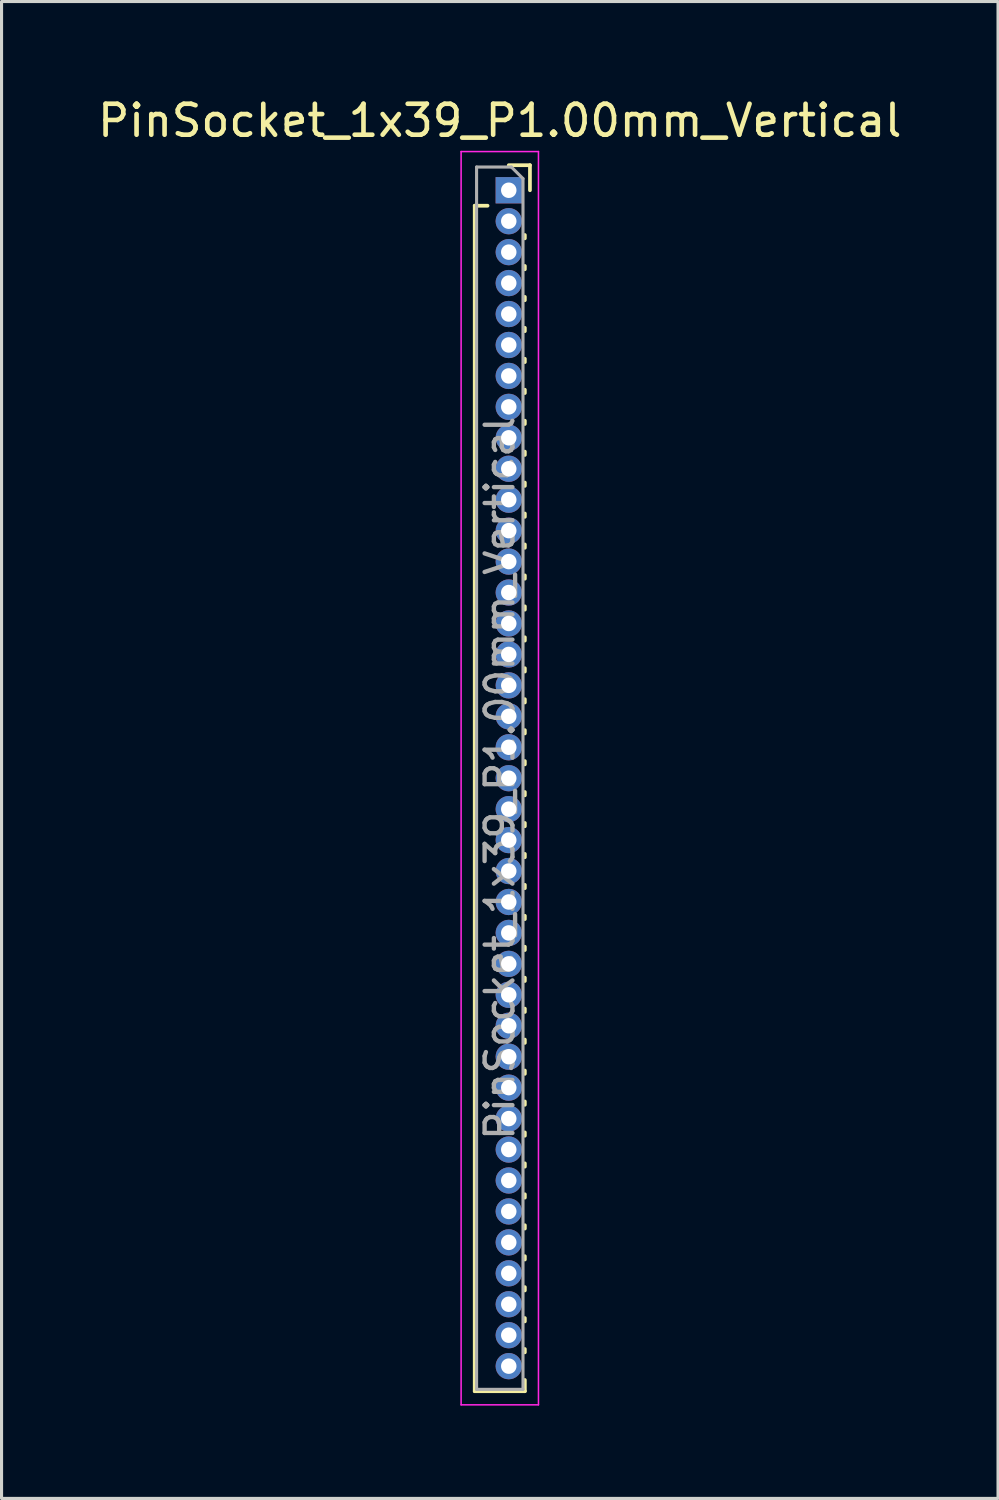
<source format=kicad_pcb>
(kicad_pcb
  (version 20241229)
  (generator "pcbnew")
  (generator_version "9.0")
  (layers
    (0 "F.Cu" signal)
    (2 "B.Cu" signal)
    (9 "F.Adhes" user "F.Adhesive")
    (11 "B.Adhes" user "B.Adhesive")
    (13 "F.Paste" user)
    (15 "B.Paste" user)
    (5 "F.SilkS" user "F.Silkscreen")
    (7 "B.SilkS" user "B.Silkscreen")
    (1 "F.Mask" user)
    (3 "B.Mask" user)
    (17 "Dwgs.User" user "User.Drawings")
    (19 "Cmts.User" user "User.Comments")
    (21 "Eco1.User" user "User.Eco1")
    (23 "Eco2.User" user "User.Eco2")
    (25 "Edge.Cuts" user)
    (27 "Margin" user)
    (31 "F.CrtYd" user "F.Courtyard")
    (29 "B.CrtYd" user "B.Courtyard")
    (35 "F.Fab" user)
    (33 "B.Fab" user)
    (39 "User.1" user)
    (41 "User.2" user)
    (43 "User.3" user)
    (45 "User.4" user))
  (footprint "PinSocket_1x39_P1.00mm_Vertical"
    (layer "F.Cu")
    (at 13.391 3.098)
    (property "Reference" "PinSocket_1x39_P1.00mm_Vertical" (at -0.29 -2.25 0) (layer "F.SilkS") (effects (font (size 1 1) (thickness 0.15))))
    (attr through_hole)
    (fp_line (start -1.1 0.5) (end -1.1 38.81) (stroke (width 0.12) (type solid)) (layer "F.SilkS"))
    (fp_line (start -1.1 0.5) (end -0.685 0.5) (stroke (width 0.12) (type solid)) (layer "F.SilkS"))
    (fp_line (start -1.1 38.81) (end 0.52 38.81) (stroke (width 0.12) (type solid)) (layer "F.SilkS"))
    (fp_line (start 0 -0.81) (end 0.685 -0.81) (stroke (width 0.12) (type solid)) (layer "F.SilkS"))
    (fp_line (start 0.52 1.446) (end 0.52 1.554) (stroke (width 0.12) (type solid)) (layer "F.SilkS"))
    (fp_line (start 0.52 2.446) (end 0.52 2.554) (stroke (width 0.12) (type solid)) (layer "F.SilkS"))
    (fp_line (start 0.52 3.446) (end 0.52 3.554) (stroke (width 0.12) (type solid)) (layer "F.SilkS"))
    (fp_line (start 0.52 4.446) (end 0.52 4.554) (stroke (width 0.12) (type solid)) (layer "F.SilkS"))
    (fp_line (start 0.52 5.446) (end 0.52 5.554) (stroke (width 0.12) (type solid)) (layer "F.SilkS"))
    (fp_line (start 0.52 6.446) (end 0.52 6.554) (stroke (width 0.12) (type solid)) (layer "F.SilkS"))
    (fp_line (start 0.52 7.446) (end 0.52 7.554) (stroke (width 0.12) (type solid)) (layer "F.SilkS"))
    (fp_line (start 0.52 8.446) (end 0.52 8.554) (stroke (width 0.12) (type solid)) (layer "F.SilkS"))
    (fp_line (start 0.52 9.446) (end 0.52 9.554) (stroke (width 0.12) (type solid)) (layer "F.SilkS"))
    (fp_line (start 0.52 10.446) (end 0.52 10.554) (stroke (width 0.12) (type solid)) (layer "F.SilkS"))
    (fp_line (start 0.52 11.446) (end 0.52 11.554) (stroke (width 0.12) (type solid)) (layer "F.SilkS"))
    (fp_line (start 0.52 12.446) (end 0.52 12.554) (stroke (width 0.12) (type solid)) (layer "F.SilkS"))
    (fp_line (start 0.52 13.446) (end 0.52 13.554) (stroke (width 0.12) (type solid)) (layer "F.SilkS"))
    (fp_line (start 0.52 14.446) (end 0.52 14.554) (stroke (width 0.12) (type solid)) (layer "F.SilkS"))
    (fp_line (start 0.52 15.446) (end 0.52 15.554) (stroke (width 0.12) (type solid)) (layer "F.SilkS"))
    (fp_line (start 0.52 16.446) (end 0.52 16.554) (stroke (width 0.12) (type solid)) (layer "F.SilkS"))
    (fp_line (start 0.52 17.446) (end 0.52 17.554) (stroke (width 0.12) (type solid)) (layer "F.SilkS"))
    (fp_line (start 0.52 18.446) (end 0.52 18.554) (stroke (width 0.12) (type solid)) (layer "F.SilkS"))
    (fp_line (start 0.52 19.446) (end 0.52 19.554) (stroke (width 0.12) (type solid)) (layer "F.SilkS"))
    (fp_line (start 0.52 20.446) (end 0.52 20.554) (stroke (width 0.12) (type solid)) (layer "F.SilkS"))
    (fp_line (start 0.52 21.446) (end 0.52 21.554) (stroke (width 0.12) (type solid)) (layer "F.SilkS"))
    (fp_line (start 0.52 22.446) (end 0.52 22.554) (stroke (width 0.12) (type solid)) (layer "F.SilkS"))
    (fp_line (start 0.52 23.446) (end 0.52 23.554) (stroke (width 0.12) (type solid)) (layer "F.SilkS"))
    (fp_line (start 0.52 24.446) (end 0.52 24.554) (stroke (width 0.12) (type solid)) (layer "F.SilkS"))
    (fp_line (start 0.52 25.446) (end 0.52 25.554) (stroke (width 0.12) (type solid)) (layer "F.SilkS"))
    (fp_line (start 0.52 26.446) (end 0.52 26.554) (stroke (width 0.12) (type solid)) (layer "F.SilkS"))
    (fp_line (start 0.52 27.446) (end 0.52 27.554) (stroke (width 0.12) (type solid)) (layer "F.SilkS"))
    (fp_line (start 0.52 28.446) (end 0.52 28.554) (stroke (width 0.12) (type solid)) (layer "F.SilkS"))
    (fp_line (start 0.52 29.446) (end 0.52 29.554) (stroke (width 0.12) (type solid)) (layer "F.SilkS"))
    (fp_line (start 0.52 30.446) (end 0.52 30.554) (stroke (width 0.12) (type solid)) (layer "F.SilkS"))
    (fp_line (start 0.52 31.446) (end 0.52 31.554) (stroke (width 0.12) (type solid)) (layer "F.SilkS"))
    (fp_line (start 0.52 32.446) (end 0.52 32.554) (stroke (width 0.12) (type solid)) (layer "F.SilkS"))
    (fp_line (start 0.52 33.446) (end 0.52 33.554) (stroke (width 0.12) (type solid)) (layer "F.SilkS"))
    (fp_line (start 0.52 34.446) (end 0.52 34.554) (stroke (width 0.12) (type solid)) (layer "F.SilkS"))
    (fp_line (start 0.52 35.446) (end 0.52 35.554) (stroke (width 0.12) (type solid)) (layer "F.SilkS"))
    (fp_line (start 0.52 36.446) (end 0.52 36.554) (stroke (width 0.12) (type solid)) (layer "F.SilkS"))
    (fp_line (start 0.52 37.446) (end 0.52 37.554) (stroke (width 0.12) (type solid)) (layer "F.SilkS"))
    (fp_line (start 0.52 38.446) (end 0.52 38.81) (stroke (width 0.12) (type solid)) (layer "F.SilkS"))
    (fp_line (start 0.685 -0.81) (end 0.685 0) (stroke (width 0.12) (type solid)) (layer "F.SilkS"))
    (fp_line (start -1.54 -1.25) (end 0.96 -1.25) (stroke (width 0.05) (type solid)) (layer "F.CrtYd"))
    (fp_line (start -1.54 39.25) (end -1.54 -1.25) (stroke (width 0.05) (type solid)) (layer "F.CrtYd"))
    (fp_line (start 0.96 -1.25) (end 0.96 39.25) (stroke (width 0.05) (type solid)) (layer "F.CrtYd"))
    (fp_line (start 0.96 39.25) (end -1.54 39.25) (stroke (width 0.05) (type solid)) (layer "F.CrtYd"))
    (fp_line (start -1.04 -0.75) (end 0.085 -0.75) (stroke (width 0.1) (type solid)) (layer "F.Fab"))
    (fp_line (start -1.04 38.75) (end -1.04 -0.75) (stroke (width 0.1) (type solid)) (layer "F.Fab"))
    (fp_line (start 0.085 -0.75) (end 0.46 -0.375) (stroke (width 0.1) (type solid)) (layer "F.Fab"))
    (fp_line (start 0.46 -0.375) (end 0.46 38.75) (stroke (width 0.1) (type solid)) (layer "F.Fab"))
    (fp_line (start 0.46 38.75) (end -1.04 38.75) (stroke (width 0.1) (type solid)) (layer "F.Fab"))
    (fp_text user "${REFERENCE}" (at -0.29 19 90) (layer "F.Fab") (effects (font (size 0.9 0.9) (thickness 0.14))))
    (pad "1" thru_hole rect (at 0 0) (size 0.85 0.85) (drill 0.5) (layers "*.Cu" "*.Mask"))
    (pad "2" thru_hole oval (at 0 1) (size 0.85 0.85) (drill 0.5) (layers "*.Cu" "*.Mask"))
    (pad "3" thru_hole oval (at 0 2) (size 0.85 0.85) (drill 0.5) (layers "*.Cu" "*.Mask"))
    (pad "4" thru_hole oval (at 0 3) (size 0.85 0.85) (drill 0.5) (layers "*.Cu" "*.Mask"))
    (pad "5" thru_hole oval (at 0 4) (size 0.85 0.85) (drill 0.5) (layers "*.Cu" "*.Mask"))
    (pad "6" thru_hole oval (at 0 5) (size 0.85 0.85) (drill 0.5) (layers "*.Cu" "*.Mask"))
    (pad "7" thru_hole oval (at 0 6) (size 0.85 0.85) (drill 0.5) (layers "*.Cu" "*.Mask"))
    (pad "8" thru_hole oval (at 0 7) (size 0.85 0.85) (drill 0.5) (layers "*.Cu" "*.Mask"))
    (pad "9" thru_hole oval (at 0 8) (size 0.85 0.85) (drill 0.5) (layers "*.Cu" "*.Mask"))
    (pad "10" thru_hole oval (at 0 9) (size 0.85 0.85) (drill 0.5) (layers "*.Cu" "*.Mask"))
    (pad "11" thru_hole oval (at 0 10) (size 0.85 0.85) (drill 0.5) (layers "*.Cu" "*.Mask"))
    (pad "12" thru_hole oval (at 0 11) (size 0.85 0.85) (drill 0.5) (layers "*.Cu" "*.Mask"))
    (pad "13" thru_hole oval (at 0 12) (size 0.85 0.85) (drill 0.5) (layers "*.Cu" "*.Mask"))
    (pad "14" thru_hole oval (at 0 13) (size 0.85 0.85) (drill 0.5) (layers "*.Cu" "*.Mask"))
    (pad "15" thru_hole oval (at 0 14) (size 0.85 0.85) (drill 0.5) (layers "*.Cu" "*.Mask"))
    (pad "16" thru_hole oval (at 0 15) (size 0.85 0.85) (drill 0.5) (layers "*.Cu" "*.Mask"))
    (pad "17" thru_hole oval (at 0 16) (size 0.85 0.85) (drill 0.5) (layers "*.Cu" "*.Mask"))
    (pad "18" thru_hole oval (at 0 17) (size 0.85 0.85) (drill 0.5) (layers "*.Cu" "*.Mask"))
    (pad "19" thru_hole oval (at 0 18) (size 0.85 0.85) (drill 0.5) (layers "*.Cu" "*.Mask"))
    (pad "20" thru_hole oval (at 0 19) (size 0.85 0.85) (drill 0.5) (layers "*.Cu" "*.Mask"))
    (pad "21" thru_hole oval (at 0 20) (size 0.85 0.85) (drill 0.5) (layers "*.Cu" "*.Mask"))
    (pad "22" thru_hole oval (at 0 21) (size 0.85 0.85) (drill 0.5) (layers "*.Cu" "*.Mask"))
    (pad "23" thru_hole oval (at 0 22) (size 0.85 0.85) (drill 0.5) (layers "*.Cu" "*.Mask"))
    (pad "24" thru_hole oval (at 0 23) (size 0.85 0.85) (drill 0.5) (layers "*.Cu" "*.Mask"))
    (pad "25" thru_hole oval (at 0 24) (size 0.85 0.85) (drill 0.5) (layers "*.Cu" "*.Mask"))
    (pad "26" thru_hole oval (at 0 25) (size 0.85 0.85) (drill 0.5) (layers "*.Cu" "*.Mask"))
    (pad "27" thru_hole oval (at 0 26) (size 0.85 0.85) (drill 0.5) (layers "*.Cu" "*.Mask"))
    (pad "28" thru_hole oval (at 0 27) (size 0.85 0.85) (drill 0.5) (layers "*.Cu" "*.Mask"))
    (pad "29" thru_hole oval (at 0 28) (size 0.85 0.85) (drill 0.5) (layers "*.Cu" "*.Mask"))
    (pad "30" thru_hole oval (at 0 29) (size 0.85 0.85) (drill 0.5) (layers "*.Cu" "*.Mask"))
    (pad "31" thru_hole oval (at 0 30) (size 0.85 0.85) (drill 0.5) (layers "*.Cu" "*.Mask"))
    (pad "32" thru_hole oval (at 0 31) (size 0.85 0.85) (drill 0.5) (layers "*.Cu" "*.Mask"))
    (pad "33" thru_hole oval (at 0 32) (size 0.85 0.85) (drill 0.5) (layers "*.Cu" "*.Mask"))
    (pad "34" thru_hole oval (at 0 33) (size 0.85 0.85) (drill 0.5) (layers "*.Cu" "*.Mask"))
    (pad "35" thru_hole oval (at 0 34) (size 0.85 0.85) (drill 0.5) (layers "*.Cu" "*.Mask"))
    (pad "36" thru_hole oval (at 0 35) (size 0.85 0.85) (drill 0.5) (layers "*.Cu" "*.Mask"))
    (pad "37" thru_hole oval (at 0 36) (size 0.85 0.85) (drill 0.5) (layers "*.Cu" "*.Mask"))
    (pad "38" thru_hole oval (at 0 37) (size 0.85 0.85) (drill 0.5) (layers "*.Cu" "*.Mask"))
    (pad "39" thru_hole oval (at 0 38) (size 0.85 0.85) (drill 0.5) (layers "*.Cu" "*.Mask")))
  (gr_rect
    (start -3 -3)
    (end 29.202 45.373)
    (stroke (width 0.1) (type default))
    (fill no)
    (layer "Edge.Cuts")))
</source>
